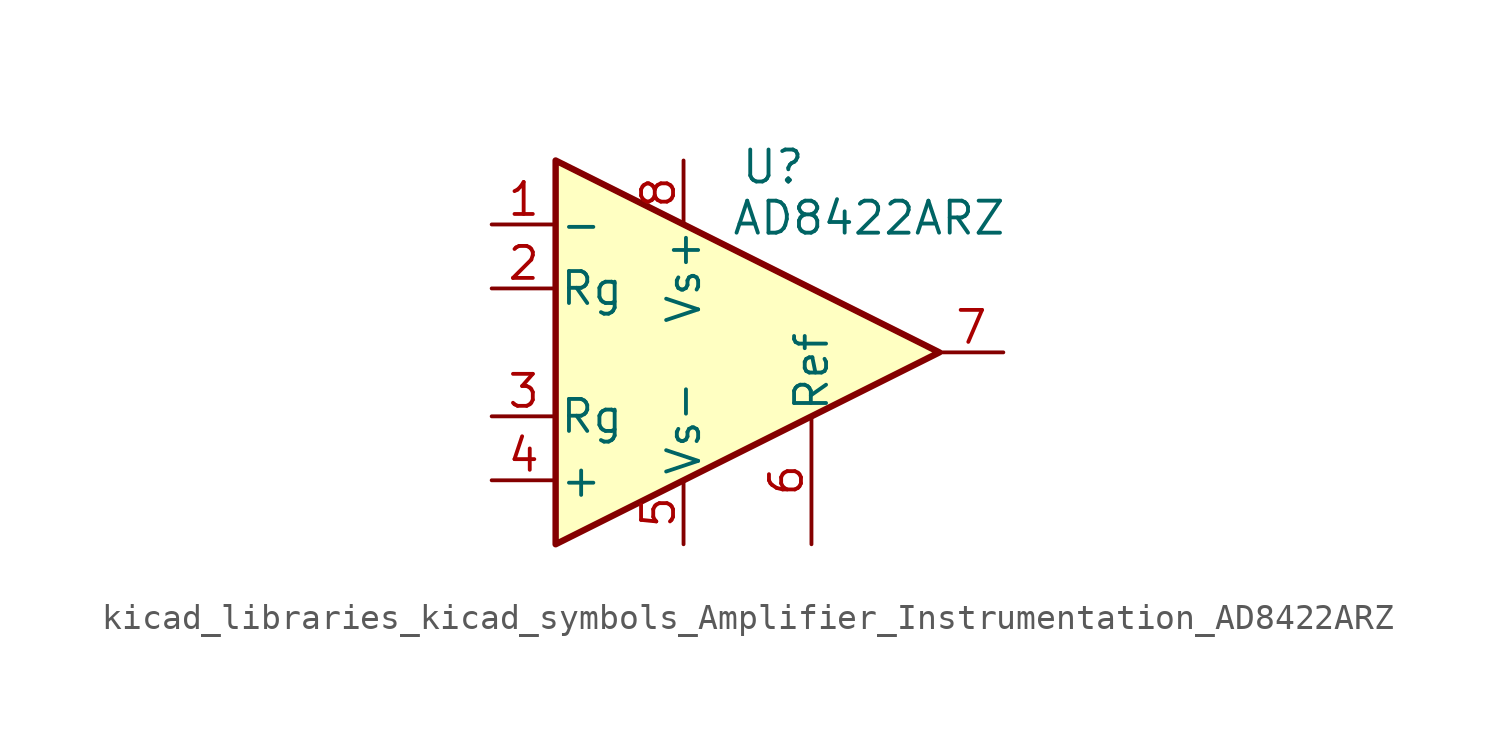
<source format=kicad_sym>
(kicad_symbol_lib
  (version 20220914)
  (generator kicad_symbol_editor)
  (symbol "kicad_libraries_kicad_symbols_Amplifier_Instrumentation_AD8422ARZ"
    (pin_names
      (offset 0.127))
    (property "Reference" "U"
      (at 3.556 7.366 0)
      (effects (font (size 1.27 1.27))))
    (property "Value" "AD8422ARZ"
      (at 7.366 5.334 0)
      (effects (font (size 1.27 1.27))))
    (symbol "kicad_libraries_kicad_symbols_Amplifier_Instrumentation_AD8422ARZ_0_1"
      (polyline (pts (xy -5.08 7.62) (xy -5.08 -7.62) (xy 10.16 0) (xy -5.08 7.62)) (stroke (width 0.254) (type default)) (fill (type background))))
    (symbol "kicad_libraries_kicad_symbols_Amplifier_Instrumentation_AD8422ARZ_1_1"
      (pin input line (at -7.62 5.08 0) (length 2.54) (name "-" (effects (font (size 1.27 1.27)))) (number "1" (effects (font (size 1.27 1.27)))))
      (pin passive line (at -7.62 2.54 0) (length 2.54) (name "Rg" (effects (font (size 1.27 1.27)))) (number "2" (effects (font (size 1.27 1.27)))))
      (pin passive line (at -7.62 -2.54 0) (length 2.54) (name "Rg" (effects (font (size 1.27 1.27)))) (number "3" (effects (font (size 1.27 1.27)))))
      (pin input line (at -7.62 -5.08 0) (length 2.54) (name "+" (effects (font (size 1.27 1.27)))) (number "4" (effects (font (size 1.27 1.27)))))
      (pin power_in line (at 0 -7.62 90) (length 2.54) (name "Vs-" (effects (font (size 1.27 1.27)))) (number "5" (effects (font (size 1.27 1.27)))))
      (pin passive line (at 5.08 -7.62 90) (length 5.08) (name "Ref" (effects (font (size 1.27 1.27)))) (number "6" (effects (font (size 1.27 1.27)))))
      (pin output line (at 12.7 0 180) (length 2.54) (name "~" (effects (font (size 1.27 1.27)))) (number "7" (effects (font (size 1.27 1.27)))))
      (pin power_in line (at 0 7.62 270) (length 2.54) (name "Vs+" (effects (font (size 1.27 1.27)))) (number "8" (effects (font (size 1.27 1.27))))))))
</source>
